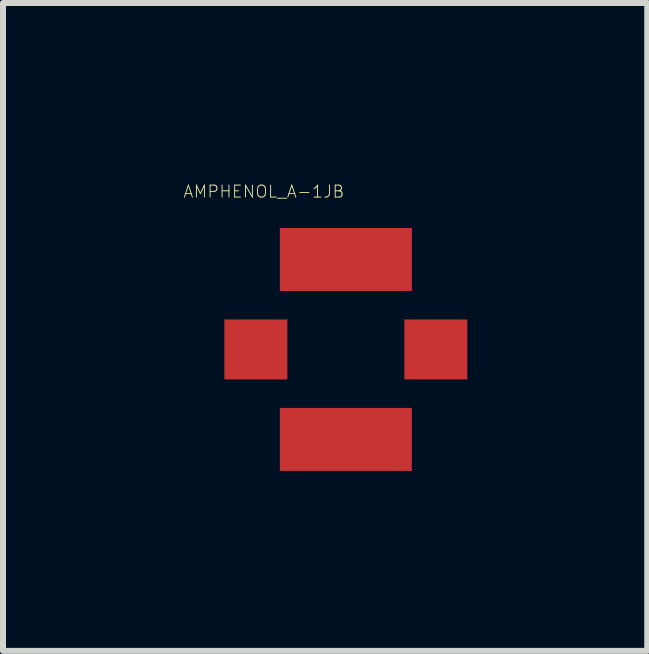
<source format=kicad_pcb>
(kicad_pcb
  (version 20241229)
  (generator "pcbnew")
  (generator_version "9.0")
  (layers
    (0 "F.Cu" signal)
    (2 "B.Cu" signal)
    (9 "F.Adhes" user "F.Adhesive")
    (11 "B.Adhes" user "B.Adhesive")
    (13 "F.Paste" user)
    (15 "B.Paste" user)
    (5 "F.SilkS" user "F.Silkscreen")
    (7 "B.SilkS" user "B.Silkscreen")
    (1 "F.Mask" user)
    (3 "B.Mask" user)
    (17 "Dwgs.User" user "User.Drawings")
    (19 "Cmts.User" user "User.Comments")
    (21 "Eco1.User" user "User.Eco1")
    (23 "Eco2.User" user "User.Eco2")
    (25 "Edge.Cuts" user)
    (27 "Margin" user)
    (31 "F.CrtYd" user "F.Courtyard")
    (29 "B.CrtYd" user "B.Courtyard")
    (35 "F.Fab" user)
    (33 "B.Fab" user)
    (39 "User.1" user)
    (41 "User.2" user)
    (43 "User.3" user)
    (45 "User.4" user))
  (footprint "AMPHENOL_A-1JB"
    (layer "F.Cu")
    (at 2.716 2.776)
    (property "Reference" "AMPHENOL_A-1JB" (at -1.368 -2.632 0) (layer "F.SilkS") (effects (font (size 0.2 0.2) (thickness 0.015))))
    (attr through_hole)
    (pad "GND1" smd rect (at 0 -1.5) (size 2.2 1.05) (layers "F.Cu" "F.Mask" "F.Paste"))
    (pad "GND2" smd rect (at 0 1.5) (size 2.2 1.05) (layers "F.Cu" "F.Mask" "F.Paste"))
    (pad "OPTIONAL_GND" smd rect (at -1.5 0) (size 1.05 1) (layers "F.Cu" "F.Mask" "F.Paste"))
    (pad "SIGNAL" smd rect (at 1.5 0) (size 1.05 1) (layers "F.Cu" "F.Mask" "F.Paste")))
  (gr_rect
    (start -3 -3)
    (end 7.741 7.801)
    (stroke (width 0.1) (type default))
    (fill no)
    (layer "Edge.Cuts")))
</source>
